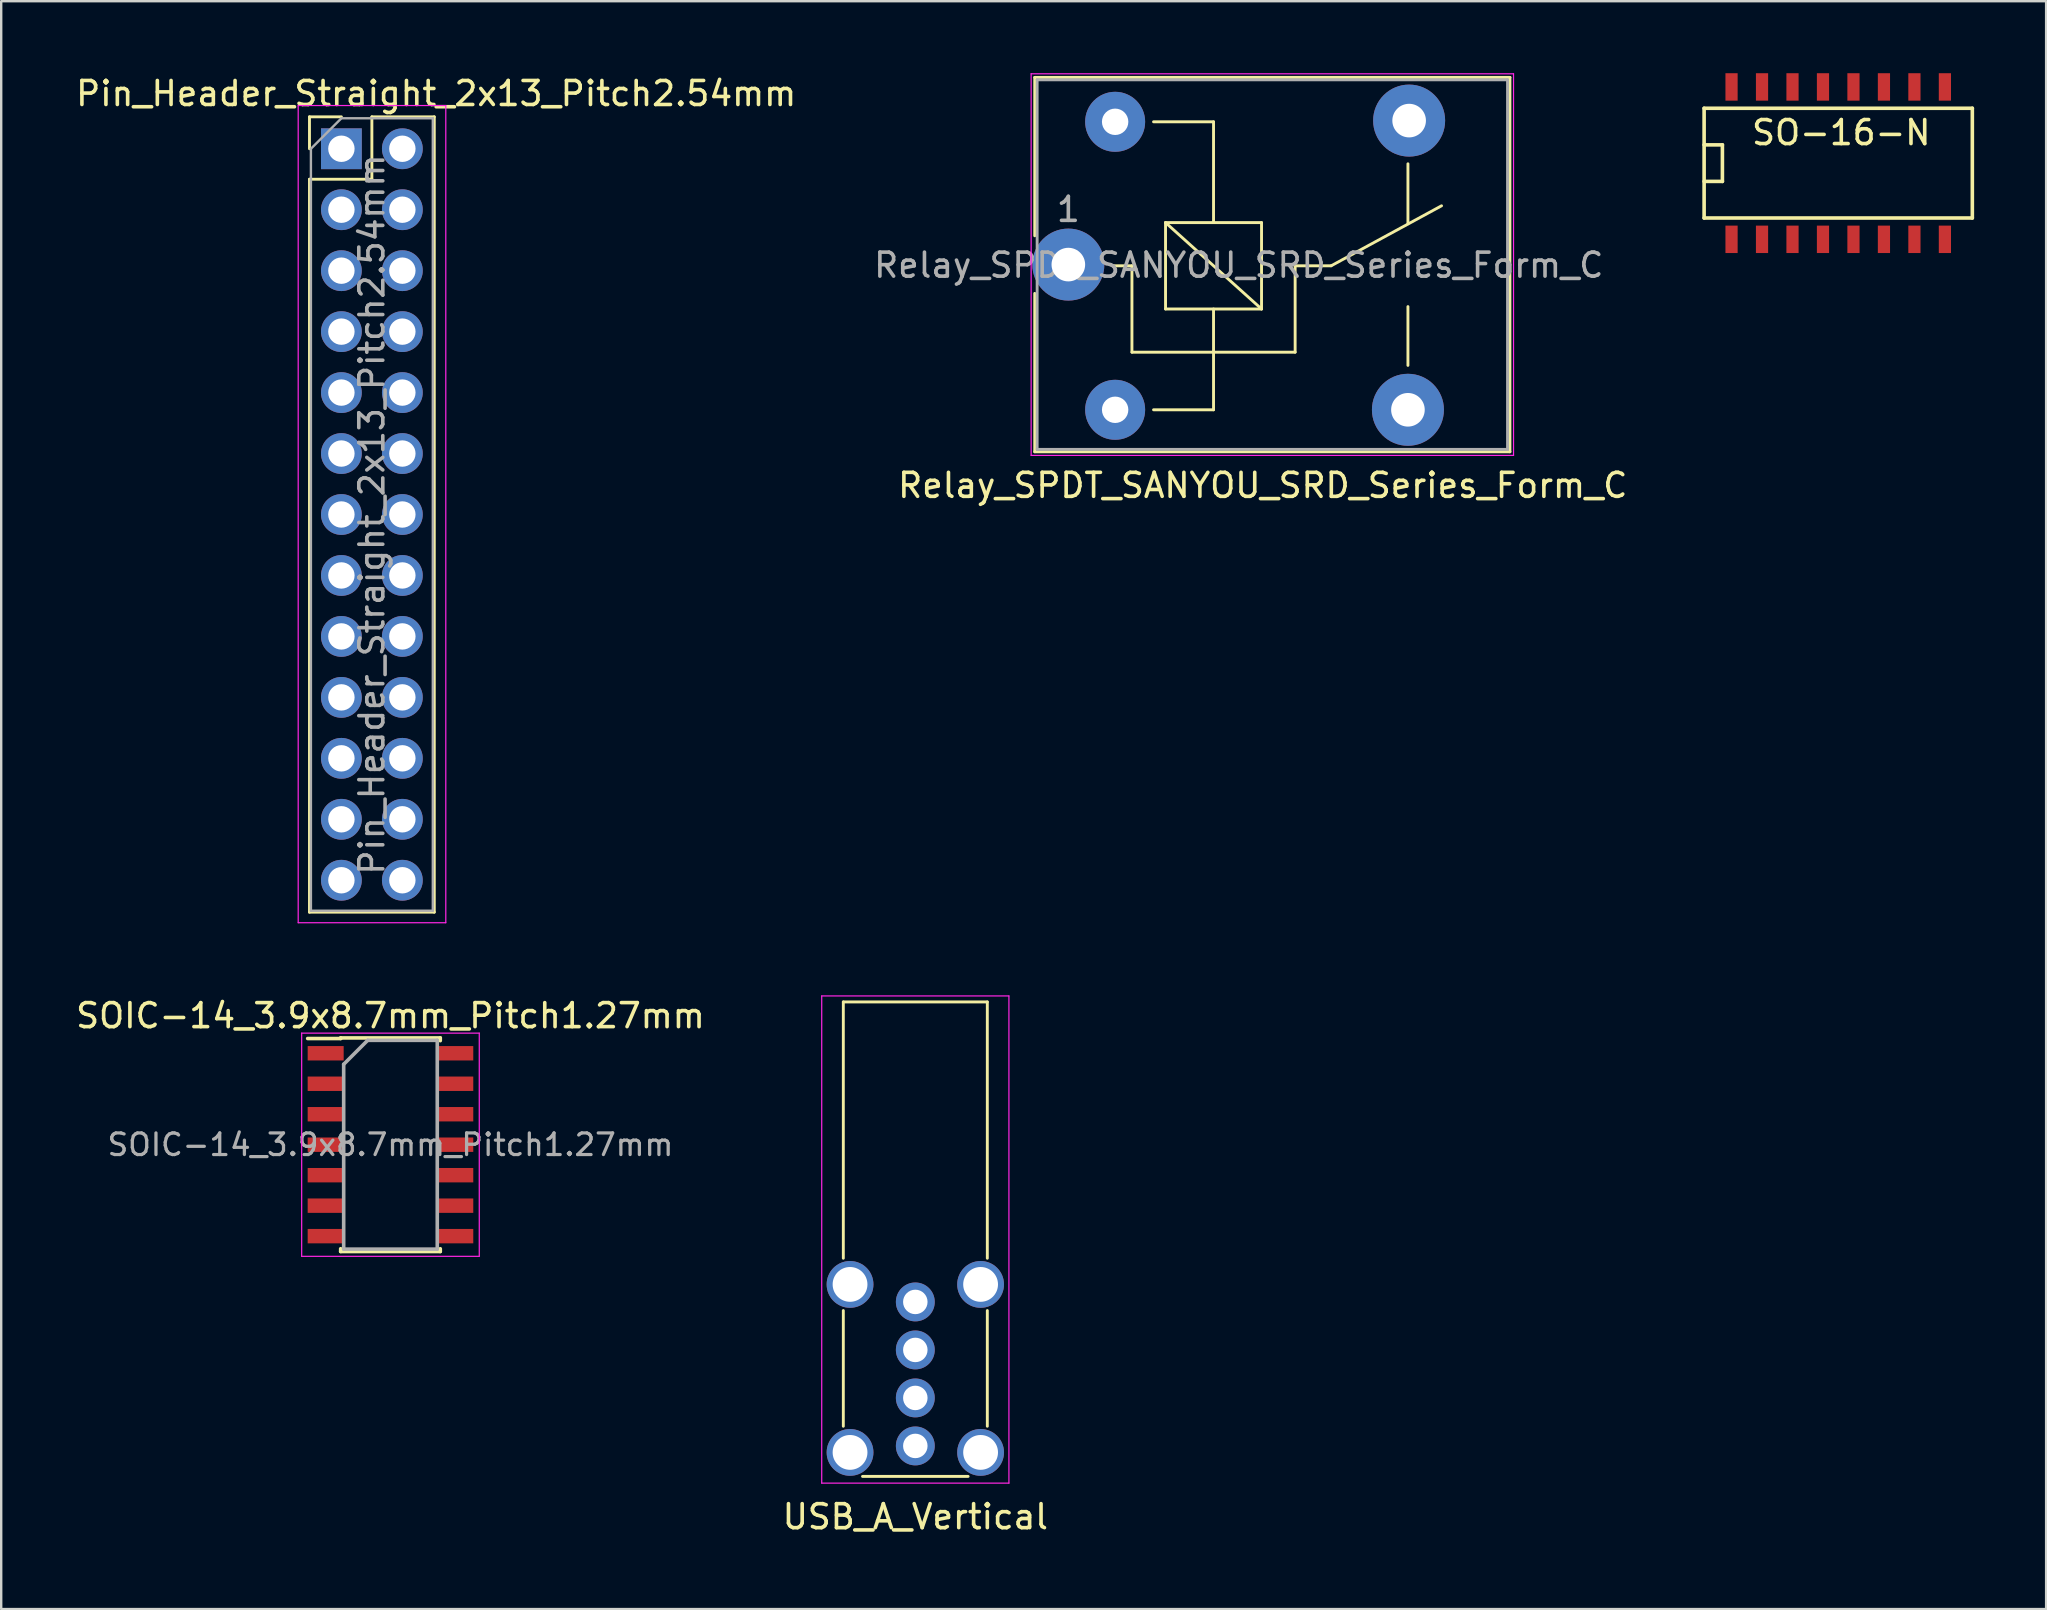
<source format=kicad_pcb>
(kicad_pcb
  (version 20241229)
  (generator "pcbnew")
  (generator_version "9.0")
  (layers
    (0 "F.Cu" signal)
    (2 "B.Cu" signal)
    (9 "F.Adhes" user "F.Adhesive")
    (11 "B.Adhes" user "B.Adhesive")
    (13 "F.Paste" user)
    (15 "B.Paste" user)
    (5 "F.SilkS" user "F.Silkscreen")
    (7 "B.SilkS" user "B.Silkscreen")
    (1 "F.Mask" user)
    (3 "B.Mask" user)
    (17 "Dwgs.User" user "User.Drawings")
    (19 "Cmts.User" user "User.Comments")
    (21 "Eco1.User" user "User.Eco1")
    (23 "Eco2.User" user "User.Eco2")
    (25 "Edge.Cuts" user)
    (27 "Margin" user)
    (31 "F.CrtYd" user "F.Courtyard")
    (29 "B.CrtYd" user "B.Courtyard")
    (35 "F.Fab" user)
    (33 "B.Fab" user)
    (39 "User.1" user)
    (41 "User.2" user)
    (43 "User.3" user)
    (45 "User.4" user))
  (footprint "Relay_SPDT_SANYOU_SRD_Series_Form_C"
    (layer "F.Cu")
    (at 41.465 7.975)
    (property "Reference" "Relay_SPDT_SANYOU_SRD_Series_Form_C" (at 8.1 9.2 0) (layer "F.SilkS") (effects (font (size 1 1) (thickness 0.15))))
    (attr through_hole)
    (fp_line (start -1.4 -7.8) (end -1.4 -1.2) (stroke (width 0.12) (type solid)) (layer "F.SilkS"))
    (fp_line (start -1.4 -7.8) (end 18.4 -7.8) (stroke (width 0.12) (type solid)) (layer "F.SilkS"))
    (fp_line (start -1.4 1.2) (end -1.4 7.8) (stroke (width 0.12) (type solid)) (layer "F.SilkS"))
    (fp_line (start 2.65 0.05) (end 1.85 0.05) (stroke (width 0.12) (type solid)) (layer "F.SilkS"))
    (fp_line (start 2.65 0.05) (end 2.65 3.65) (stroke (width 0.12) (type solid)) (layer "F.SilkS"))
    (fp_line (start 3.55 6.05) (end 6.05 6.05) (stroke (width 0.12) (type solid)) (layer "F.SilkS"))
    (fp_line (start 4.05 -1.75) (end 8.05 -1.75) (stroke (width 0.12) (type solid)) (layer "F.SilkS"))
    (fp_line (start 4.05 1.85) (end 4.05 -1.75) (stroke (width 0.12) (type solid)) (layer "F.SilkS"))
    (fp_line (start 6.05 -5.95) (end 3.55 -5.95) (stroke (width 0.12) (type solid)) (layer "F.SilkS"))
    (fp_line (start 6.05 -5.95) (end 6.05 -1.75) (stroke (width 0.12) (type solid)) (layer "F.SilkS"))
    (fp_line (start 6.05 1.85) (end 6.05 6.05) (stroke (width 0.12) (type solid)) (layer "F.SilkS"))
    (fp_line (start 8.05 -1.75) (end 8.05 1.85) (stroke (width 0.12) (type solid)) (layer "F.SilkS"))
    (fp_line (start 8.05 1.85) (end 4.05 -1.75) (stroke (width 0.12) (type solid)) (layer "F.SilkS"))
    (fp_line (start 8.05 1.85) (end 4.05 1.85) (stroke (width 0.12) (type solid)) (layer "F.SilkS"))
    (fp_line (start 9.45 0.05) (end 9.45 3.65) (stroke (width 0.12) (type solid)) (layer "F.SilkS"))
    (fp_line (start 9.45 0.05) (end 10.95 0.05) (stroke (width 0.12) (type solid)) (layer "F.SilkS"))
    (fp_line (start 9.45 3.65) (end 2.65 3.65) (stroke (width 0.12) (type solid)) (layer "F.SilkS"))
    (fp_line (start 10.95 0.05) (end 15.55 -2.45) (stroke (width 0.12) (type solid)) (layer "F.SilkS"))
    (fp_line (start 14.15 -4.2) (end 14.15 -1.7) (stroke (width 0.12) (type solid)) (layer "F.SilkS"))
    (fp_line (start 14.15 4.2) (end 14.15 1.75) (stroke (width 0.12) (type solid)) (layer "F.SilkS"))
    (fp_line (start 18.4 -7.8) (end 18.4 7.8) (stroke (width 0.12) (type solid)) (layer "F.SilkS"))
    (fp_line (start 18.4 7.8) (end -1.4 7.8) (stroke (width 0.12) (type solid)) (layer "F.SilkS"))
    (fp_line (start -1.55 7.95) (end -1.55 -7.95) (stroke (width 0.05) (type solid)) (layer "F.CrtYd"))
    (fp_line (start -1.55 7.95) (end 18.55 7.95) (stroke (width 0.05) (type solid)) (layer "F.CrtYd"))
    (fp_line (start 18.55 -7.95) (end -1.55 -7.95) (stroke (width 0.05) (type solid)) (layer "F.CrtYd"))
    (fp_line (start 18.55 -7.95) (end 18.55 7.95) (stroke (width 0.05) (type solid)) (layer "F.CrtYd"))
    (fp_line (start -1.3 -7.7) (end 18.3 -7.7) (stroke (width 0.12) (type solid)) (layer "F.Fab"))
    (fp_line (start -1.3 7.7) (end -1.3 -7.7) (stroke (width 0.12) (type solid)) (layer "F.Fab"))
    (fp_line (start 18.3 -7.7) (end 18.3 7.7) (stroke (width 0.12) (type solid)) (layer "F.Fab"))
    (fp_line (start 18.3 7.7) (end -1.3 7.7) (stroke (width 0.12) (type solid)) (layer "F.Fab"))
    (fp_text user "${REFERENCE}" (at 7.1 0.025 0) (layer "F.Fab") (effects (font (size 1 1) (thickness 0.15))))
    (fp_text user "1" (at 0 -2.3 0) (layer "F.Fab") (effects (font (size 1 1) (thickness 0.15))))
    (pad "1" thru_hole circle (at 0 0 90) (size 3 3) (drill 1.4) (layers "*.Cu" "*.Mask"))
    (pad "2" thru_hole circle (at 1.95 6.05 90) (size 2.5 2.5) (drill 1.1) (layers "*.Cu" "*.Mask"))
    (pad "3" thru_hole circle (at 14.15 6.05 90) (size 3 3) (drill 1.4) (layers "*.Cu" "*.Mask"))
    (pad "4" thru_hole circle (at 14.2 -6 90) (size 3 3) (drill 1.4) (layers "*.Cu" "*.Mask"))
    (pad "5" thru_hole circle (at 1.95 -5.95 90) (size 2.5 2.5) (drill 1.1) (layers "*.Cu" "*.Mask")))
  (footprint "SOIC-14_3.9x8.7mm_Pitch1.27mm"
    (layer "F.Cu")
    (at 13.22 44.647)
    (property "Reference" "SOIC-14_3.9x8.7mm_Pitch1.27mm" (at 0 -5.375 0) (layer "F.SilkS") (effects (font (size 1 1) (thickness 0.15))))
    (attr smd)
    (fp_line (start -2.075 -4.45) (end -2.075 -4.425) (stroke (width 0.15) (type solid)) (layer "F.SilkS"))
    (fp_line (start -2.075 -4.45) (end 2.075 -4.45) (stroke (width 0.15) (type solid)) (layer "F.SilkS"))
    (fp_line (start -2.075 -4.425) (end -3.45 -4.425) (stroke (width 0.15) (type solid)) (layer "F.SilkS"))
    (fp_line (start -2.075 4.45) (end -2.075 4.335) (stroke (width 0.15) (type solid)) (layer "F.SilkS"))
    (fp_line (start -2.075 4.45) (end 2.075 4.45) (stroke (width 0.15) (type solid)) (layer "F.SilkS"))
    (fp_line (start 2.075 -4.45) (end 2.075 -4.335) (stroke (width 0.15) (type solid)) (layer "F.SilkS"))
    (fp_line (start 2.075 4.45) (end 2.075 4.335) (stroke (width 0.15) (type solid)) (layer "F.SilkS"))
    (fp_line (start -3.7 -4.65) (end -3.7 4.65) (stroke (width 0.05) (type solid)) (layer "F.CrtYd"))
    (fp_line (start -3.7 -4.65) (end 3.7 -4.65) (stroke (width 0.05) (type solid)) (layer "F.CrtYd"))
    (fp_line (start -3.7 4.65) (end 3.7 4.65) (stroke (width 0.05) (type solid)) (layer "F.CrtYd"))
    (fp_line (start 3.7 -4.65) (end 3.7 4.65) (stroke (width 0.05) (type solid)) (layer "F.CrtYd"))
    (fp_line (start -1.95 -3.35) (end -0.95 -4.35) (stroke (width 0.15) (type solid)) (layer "F.Fab"))
    (fp_line (start -1.95 4.35) (end -1.95 -3.35) (stroke (width 0.15) (type solid)) (layer "F.Fab"))
    (fp_line (start -0.95 -4.35) (end 1.95 -4.35) (stroke (width 0.15) (type solid)) (layer "F.Fab"))
    (fp_line (start 1.95 -4.35) (end 1.95 4.35) (stroke (width 0.15) (type solid)) (layer "F.Fab"))
    (fp_line (start 1.95 4.35) (end -1.95 4.35) (stroke (width 0.15) (type solid)) (layer "F.Fab"))
    (fp_text user "${REFERENCE}" (at 0 0 0) (layer "F.Fab") (effects (font (size 0.9 0.9) (thickness 0.135))))
    (pad "1" smd rect (at -2.7 -3.81) (size 1.5 0.6) (layers "F.Cu" "F.Mask" "F.Paste"))
    (pad "2" smd rect (at -2.7 -2.54) (size 1.5 0.6) (layers "F.Cu" "F.Mask" "F.Paste"))
    (pad "3" smd rect (at -2.7 -1.27) (size 1.5 0.6) (layers "F.Cu" "F.Mask" "F.Paste"))
    (pad "4" smd rect (at -2.7 0) (size 1.5 0.6) (layers "F.Cu" "F.Mask" "F.Paste"))
    (pad "5" smd rect (at -2.7 1.27) (size 1.5 0.6) (layers "F.Cu" "F.Mask" "F.Paste"))
    (pad "6" smd rect (at -2.7 2.54) (size 1.5 0.6) (layers "F.Cu" "F.Mask" "F.Paste"))
    (pad "7" smd rect (at -2.7 3.81) (size 1.5 0.6) (layers "F.Cu" "F.Mask" "F.Paste"))
    (pad "8" smd rect (at 2.7 3.81) (size 1.5 0.6) (layers "F.Cu" "F.Mask" "F.Paste"))
    (pad "9" smd rect (at 2.7 2.54) (size 1.5 0.6) (layers "F.Cu" "F.Mask" "F.Paste"))
    (pad "10" smd rect (at 2.7 1.27) (size 1.5 0.6) (layers "F.Cu" "F.Mask" "F.Paste"))
    (pad "11" smd rect (at 2.7 0) (size 1.5 0.6) (layers "F.Cu" "F.Mask" "F.Paste"))
    (pad "12" smd rect (at 2.7 -1.27) (size 1.5 0.6) (layers "F.Cu" "F.Mask" "F.Paste"))
    (pad "13" smd rect (at 2.7 -2.54) (size 1.5 0.6) (layers "F.Cu" "F.Mask" "F.Paste"))
    (pad "14" smd rect (at 2.7 -3.81) (size 1.5 0.6) (layers "F.Cu" "F.Mask" "F.Paste")))
  (footprint "SO-16-N"
    (layer "F.Cu")
    (at 73.544 3.747)
    (property "Reference" "SO-16-N" (at 0.127 -1.27 0) (layer "F.SilkS") (effects (font (size 1 1) (thickness 0.15))))
    (attr smd)
    (fp_line (start -5.588 -2.286) (end 5.588 -2.286) (stroke (width 0.15) (type solid)) (layer "F.SilkS"))
    (fp_line (start -5.588 -0.762) (end -4.826 -0.762) (stroke (width 0.15) (type solid)) (layer "F.SilkS"))
    (fp_line (start -5.588 2.286) (end -5.588 -2.286) (stroke (width 0.15) (type solid)) (layer "F.SilkS"))
    (fp_line (start -4.826 -0.762) (end -4.826 0.762) (stroke (width 0.15) (type solid)) (layer "F.SilkS"))
    (fp_line (start -4.826 0.762) (end -5.588 0.762) (stroke (width 0.15) (type solid)) (layer "F.SilkS"))
    (fp_line (start 5.588 -2.286) (end 5.588 2.286) (stroke (width 0.15) (type solid)) (layer "F.SilkS"))
    (fp_line (start 5.588 2.286) (end -5.588 2.286) (stroke (width 0.15) (type solid)) (layer "F.SilkS"))
    (pad "1" smd rect (at -4.445 3.175) (size 0.508 1.143) (layers "F.Cu" "F.Mask" "F.Paste"))
    (pad "2" smd rect (at -3.175 3.175) (size 0.508 1.143) (layers "F.Cu" "F.Mask" "F.Paste"))
    (pad "3" smd rect (at -1.905 3.175) (size 0.508 1.143) (layers "F.Cu" "F.Mask" "F.Paste"))
    (pad "4" smd rect (at -0.635 3.175) (size 0.508 1.143) (layers "F.Cu" "F.Mask" "F.Paste"))
    (pad "5" smd rect (at 0.635 3.175) (size 0.508 1.143) (layers "F.Cu" "F.Mask" "F.Paste"))
    (pad "6" smd rect (at 1.905 3.175) (size 0.508 1.143) (layers "F.Cu" "F.Mask" "F.Paste"))
    (pad "7" smd rect (at 3.175 3.175) (size 0.508 1.143) (layers "F.Cu" "F.Mask" "F.Paste"))
    (pad "8" smd rect (at 4.445 3.175) (size 0.508 1.143) (layers "F.Cu" "F.Mask" "F.Paste"))
    (pad "9" smd rect (at 4.445 -3.175) (size 0.508 1.143) (layers "F.Cu" "F.Mask" "F.Paste"))
    (pad "10" smd rect (at 3.175 -3.175) (size 0.508 1.143) (layers "F.Cu" "F.Mask" "F.Paste"))
    (pad "11" smd rect (at 1.905 -3.175) (size 0.508 1.143) (layers "F.Cu" "F.Mask" "F.Paste"))
    (pad "12" smd rect (at 0.635 -3.175) (size 0.508 1.143) (layers "F.Cu" "F.Mask" "F.Paste"))
    (pad "13" smd rect (at -0.635 -3.175) (size 0.508 1.143) (layers "F.Cu" "F.Mask" "F.Paste"))
    (pad "14" smd rect (at -1.905 -3.175) (size 0.508 1.143) (layers "F.Cu" "F.Mask" "F.Paste"))
    (pad "15" smd rect (at -3.175 -3.175) (size 0.508 1.143) (layers "F.Cu" "F.Mask" "F.Paste"))
    (pad "16" smd rect (at -4.445 -3.175) (size 0.508 1.143) (layers "F.Cu" "F.Mask" "F.Paste")))
  (footprint "Pin_Header_Straight_2x13_Pitch2.54mm"
    (layer "F.Cu")
    (at 11.175 3.148)
    (property "Reference" "Pin_Header_Straight_2x13_Pitch2.54mm" (at 3.95 -2.3 0) (layer "F.SilkS") (effects (font (size 1 1) (thickness 0.15))))
    (attr through_hole)
    (fp_line (start -1.33 -1.33) (end 0 -1.33) (stroke (width 0.12) (type solid)) (layer "F.SilkS"))
    (fp_line (start -1.33 0) (end -1.33 -1.33) (stroke (width 0.12) (type solid)) (layer "F.SilkS"))
    (fp_line (start -1.33 1.27) (end -1.33 31.81) (stroke (width 0.12) (type solid)) (layer "F.SilkS"))
    (fp_line (start -1.33 1.27) (end 1.27 1.27) (stroke (width 0.12) (type solid)) (layer "F.SilkS"))
    (fp_line (start -1.33 31.81) (end 3.87 31.81) (stroke (width 0.12) (type solid)) (layer "F.SilkS"))
    (fp_line (start 1.27 -1.33) (end 3.87 -1.33) (stroke (width 0.12) (type solid)) (layer "F.SilkS"))
    (fp_line (start 1.27 1.27) (end 1.27 -1.33) (stroke (width 0.12) (type solid)) (layer "F.SilkS"))
    (fp_line (start 3.87 -1.33) (end 3.87 31.81) (stroke (width 0.12) (type solid)) (layer "F.SilkS"))
    (fp_line (start -1.8 -1.8) (end -1.8 32.25) (stroke (width 0.05) (type solid)) (layer "F.CrtYd"))
    (fp_line (start -1.8 32.25) (end 4.35 32.25) (stroke (width 0.05) (type solid)) (layer "F.CrtYd"))
    (fp_line (start 4.35 -1.8) (end -1.8 -1.8) (stroke (width 0.05) (type solid)) (layer "F.CrtYd"))
    (fp_line (start 4.35 32.25) (end 4.35 -1.8) (stroke (width 0.05) (type solid)) (layer "F.CrtYd"))
    (fp_line (start -1.27 0) (end 0 -1.27) (stroke (width 0.1) (type solid)) (layer "F.Fab"))
    (fp_line (start -1.27 31.75) (end -1.27 0) (stroke (width 0.1) (type solid)) (layer "F.Fab"))
    (fp_line (start 0 -1.27) (end 3.81 -1.27) (stroke (width 0.1) (type solid)) (layer "F.Fab"))
    (fp_line (start 3.81 -1.27) (end 3.81 31.75) (stroke (width 0.1) (type solid)) (layer "F.Fab"))
    (fp_line (start 3.81 31.75) (end -1.27 31.75) (stroke (width 0.1) (type solid)) (layer "F.Fab"))
    (fp_text user "${REFERENCE}" (at 1.27 15.24 90) (layer "F.Fab") (effects (font (size 1 1) (thickness 0.15))))
    (pad "1" thru_hole rect (at 0 0) (size 1.7 1.7) (drill 1.1) (layers "*.Cu" "*.Mask"))
    (pad "2" thru_hole oval (at 2.54 0) (size 1.7 1.7) (drill 1.1) (layers "*.Cu" "*.Mask"))
    (pad "3" thru_hole oval (at 0 2.54) (size 1.7 1.7) (drill 1.1) (layers "*.Cu" "*.Mask"))
    (pad "4" thru_hole oval (at 2.54 2.54) (size 1.7 1.7) (drill 1.1) (layers "*.Cu" "*.Mask"))
    (pad "5" thru_hole oval (at 0 5.08) (size 1.7 1.7) (drill 1.1) (layers "*.Cu" "*.Mask"))
    (pad "6" thru_hole oval (at 2.54 5.08) (size 1.7 1.7) (drill 1.1) (layers "*.Cu" "*.Mask"))
    (pad "7" thru_hole oval (at 0 7.62) (size 1.7 1.7) (drill 1.1) (layers "*.Cu" "*.Mask"))
    (pad "8" thru_hole oval (at 2.54 7.62) (size 1.7 1.7) (drill 1.1) (layers "*.Cu" "*.Mask"))
    (pad "9" thru_hole oval (at 0 10.16) (size 1.7 1.7) (drill 1.1) (layers "*.Cu" "*.Mask"))
    (pad "10" thru_hole oval (at 2.54 10.16) (size 1.7 1.7) (drill 1.1) (layers "*.Cu" "*.Mask"))
    (pad "11" thru_hole oval (at 0 12.7) (size 1.7 1.7) (drill 1.1) (layers "*.Cu" "*.Mask"))
    (pad "12" thru_hole oval (at 2.54 12.7) (size 1.7 1.7) (drill 1.1) (layers "*.Cu" "*.Mask"))
    (pad "13" thru_hole oval (at 0 15.24) (size 1.7 1.7) (drill 1.1) (layers "*.Cu" "*.Mask"))
    (pad "14" thru_hole oval (at 2.54 15.24) (size 1.7 1.7) (drill 1.1) (layers "*.Cu" "*.Mask"))
    (pad "15" thru_hole oval (at 0 17.78) (size 1.7 1.7) (drill 1.1) (layers "*.Cu" "*.Mask"))
    (pad "16" thru_hole oval (at 2.54 17.78) (size 1.7 1.7) (drill 1.1) (layers "*.Cu" "*.Mask"))
    (pad "17" thru_hole oval (at 0 20.32) (size 1.7 1.7) (drill 1.1) (layers "*.Cu" "*.Mask"))
    (pad "18" thru_hole oval (at 2.54 20.32) (size 1.7 1.7) (drill 1.1) (layers "*.Cu" "*.Mask"))
    (pad "19" thru_hole oval (at 0 22.86) (size 1.7 1.7) (drill 1.1) (layers "*.Cu" "*.Mask"))
    (pad "20" thru_hole oval (at 2.54 22.86) (size 1.7 1.7) (drill 1.1) (layers "*.Cu" "*.Mask"))
    (pad "21" thru_hole oval (at 0 25.4) (size 1.7 1.7) (drill 1.1) (layers "*.Cu" "*.Mask"))
    (pad "22" thru_hole oval (at 2.54 25.4) (size 1.7 1.7) (drill 1.1) (layers "*.Cu" "*.Mask"))
    (pad "23" thru_hole oval (at 0 27.94) (size 1.7 1.7) (drill 1.1) (layers "*.Cu" "*.Mask"))
    (pad "24" thru_hole oval (at 2.54 27.94) (size 1.7 1.7) (drill 1.1) (layers "*.Cu" "*.Mask"))
    (pad "25" thru_hole oval (at 0 30.48) (size 1.7 1.7) (drill 1.1) (layers "*.Cu" "*.Mask"))
    (pad "26" thru_hole oval (at 2.54 30.48) (size 1.7 1.7) (drill 1.1) (layers "*.Cu" "*.Mask")))
  (footprint "USB_A_Vertical"
    (layer "F.Cu")
    (at 35.089 51.198)
    (property "Reference" "USB_A_Vertical" (at 0 8.95 0) (layer "F.SilkS") (effects (font (size 1 1) (thickness 0.15))))
    (attr through_hole)
    (fp_line (start -3 -12.5) (end 3 -12.5) (stroke (width 0.12) (type solid)) (layer "F.SilkS"))
    (fp_line (start -3 -1.82) (end -3 -12.5) (stroke (width 0.12) (type solid)) (layer "F.SilkS"))
    (fp_line (start -3 0.36) (end -3 5.18) (stroke (width 0.12) (type solid)) (layer "F.SilkS"))
    (fp_line (start 2.2 7.27) (end -2.2 7.27) (stroke (width 0.12) (type solid)) (layer "F.SilkS"))
    (fp_line (start 3 -1.82) (end 3 -12.5) (stroke (width 0.12) (type solid)) (layer "F.SilkS"))
    (fp_line (start 3 0.36) (end 3 5.18) (stroke (width 0.12) (type solid)) (layer "F.SilkS"))
    (fp_line (start -3.9 -12.75) (end 3.9 -12.75) (stroke (width 0.05) (type solid)) (layer "F.CrtYd"))
    (fp_line (start -3.9 7.55) (end -3.9 -12.75) (stroke (width 0.05) (type solid)) (layer "F.CrtYd"))
    (fp_line (start 3.9 -12.75) (end 3.9 7.55) (stroke (width 0.05) (type solid)) (layer "F.CrtYd"))
    (fp_line (start 3.9 7.55) (end -3.9 7.55) (stroke (width 0.05) (type solid)) (layer "F.CrtYd"))
    (pad "1" thru_hole circle (at 0 0) (size 1.62 1.62) (drill 1.02) (layers "*.Cu" "*.Mask"))
    (pad "2" thru_hole circle (at 0 2) (size 1.62 1.62) (drill 1.02) (layers "*.Cu" "*.Mask"))
    (pad "3" thru_hole circle (at 0 4) (size 1.62 1.62) (drill 1.02) (layers "*.Cu" "*.Mask"))
    (pad "4" thru_hole circle (at 0 6) (size 1.62 1.62) (drill 1.02) (layers "*.Cu" "*.Mask"))
    (pad "5" thru_hole circle (at -2.72 -0.73) (size 1.95 1.95) (drill 1.45) (layers "*.Cu" "*.Mask"))
    (pad "5" thru_hole circle (at -2.72 6.27) (size 1.95 1.95) (drill 1.45) (layers "*.Cu" "*.Mask"))
    (pad "5" thru_hole circle (at 2.72 -0.73) (size 1.95 1.95) (drill 1.45) (layers "*.Cu" "*.Mask"))
    (pad "5" thru_hole circle (at 2.72 6.27) (size 1.95 1.95) (drill 1.45) (layers "*.Cu" "*.Mask")))
  (gr_rect
    (start -3 -3)
    (end 82.207 63.996)
    (stroke (width 0.1) (type default))
    (fill no)
    (layer "Edge.Cuts")))
</source>
